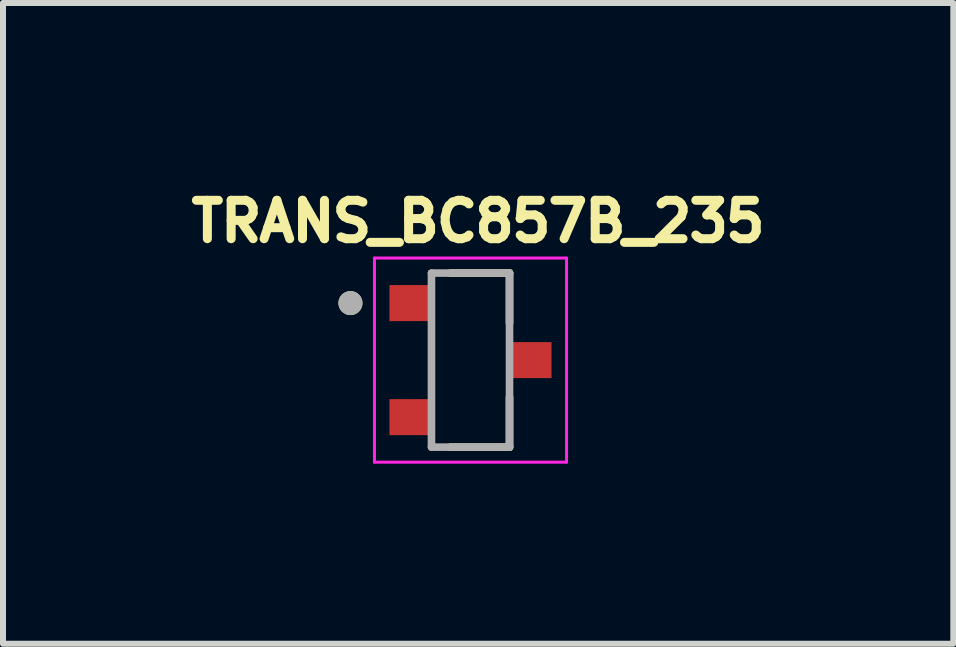
<source format=kicad_pcb>
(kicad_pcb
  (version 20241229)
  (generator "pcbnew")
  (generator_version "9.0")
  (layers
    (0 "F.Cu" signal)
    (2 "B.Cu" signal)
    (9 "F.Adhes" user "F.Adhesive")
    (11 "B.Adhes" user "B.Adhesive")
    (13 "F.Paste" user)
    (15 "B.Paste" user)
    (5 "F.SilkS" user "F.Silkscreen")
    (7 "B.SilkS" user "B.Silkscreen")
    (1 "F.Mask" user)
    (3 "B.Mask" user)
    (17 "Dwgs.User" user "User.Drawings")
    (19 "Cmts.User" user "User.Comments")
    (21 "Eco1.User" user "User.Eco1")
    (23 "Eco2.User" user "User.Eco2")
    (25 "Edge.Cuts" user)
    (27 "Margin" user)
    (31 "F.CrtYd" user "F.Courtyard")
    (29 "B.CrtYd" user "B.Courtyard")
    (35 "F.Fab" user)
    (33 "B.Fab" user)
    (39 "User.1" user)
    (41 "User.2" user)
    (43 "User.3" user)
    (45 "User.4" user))
  (footprint "TRANS_BC857B_235"
    (layer "F.Cu")
    (at 4.788 2.949)
    (property "Reference" "TRANS_BC857B_235" (at 0.127 -2.311 0) (layer "F.SilkS") (effects (font (size 0.64 0.64) (thickness 0.15))))
    (attr smd)
    (fp_poly (pts (xy -1.35 -1.25) (xy -0.65 -1.25) (xy -0.65 -0.65) (xy -1.35 -0.65)) (stroke (width 0.01) (type solid)) (fill yes) (layer "F.Mask"))
    (fp_poly (pts (xy -1.35 0.65) (xy -0.65 0.65) (xy -0.65 1.25) (xy -1.35 1.25)) (stroke (width 0.01) (type solid)) (fill yes) (layer "F.Mask"))
    (fp_poly (pts (xy 0.65 -0.3) (xy 1.35 -0.3) (xy 1.35 0.3) (xy 0.65 0.3)) (stroke (width 0.01) (type solid)) (fill yes) (layer "F.Mask"))
    (fp_line (start -0.337 -1.45) (end 0.65 -1.45) (stroke (width 0.127) (type solid)) (layer "F.SilkS"))
    (fp_line (start 0.65 -1.45) (end 0.65 -0.62) (stroke (width 0.127) (type solid)) (layer "F.SilkS"))
    (fp_line (start 0.65 0.62) (end 0.65 1.45) (stroke (width 0.127) (type solid)) (layer "F.SilkS"))
    (fp_line (start 0.65 1.45) (end -0.337 1.45) (stroke (width 0.127) (type solid)) (layer "F.SilkS"))
    (fp_circle (center -2 -0.95) (end -1.9 -0.95) (stroke (width 0.2) (type solid)) (fill no) (layer "F.SilkS"))
    (fp_poly (pts (xy -1.3 -1.2) (xy -0.7 -1.2) (xy -0.7 -0.7) (xy -1.3 -0.7)) (stroke (width 0.01) (type solid)) (fill yes) (layer "F.Paste"))
    (fp_poly (pts (xy -1.3 0.7) (xy -0.7 0.7) (xy -0.7 1.2) (xy -1.3 1.2)) (stroke (width 0.01) (type solid)) (fill yes) (layer "F.Paste"))
    (fp_poly (pts (xy 0.7 -0.25) (xy 1.3 -0.25) (xy 1.3 0.25) (xy 0.7 0.25)) (stroke (width 0.01) (type solid)) (fill yes) (layer "F.Paste"))
    (fp_line (start -1.6 -1.7) (end 1.6 -1.7) (stroke (width 0.05) (type solid)) (layer "F.CrtYd"))
    (fp_line (start -1.6 1.7) (end -1.6 -1.7) (stroke (width 0.05) (type solid)) (layer "F.CrtYd"))
    (fp_line (start 1.6 -1.7) (end 1.6 1.7) (stroke (width 0.05) (type solid)) (layer "F.CrtYd"))
    (fp_line (start 1.6 1.7) (end -1.6 1.7) (stroke (width 0.05) (type solid)) (layer "F.CrtYd"))
    (fp_line (start -0.65 -1.45) (end 0.65 -1.45) (stroke (width 0.127) (type solid)) (layer "F.Fab"))
    (fp_line (start -0.65 1.45) (end -0.65 -1.45) (stroke (width 0.127) (type solid)) (layer "F.Fab"))
    (fp_line (start 0.65 -1.45) (end 0.65 1.45) (stroke (width 0.127) (type solid)) (layer "F.Fab"))
    (fp_line (start 0.65 1.45) (end -0.65 1.45) (stroke (width 0.127) (type solid)) (layer "F.Fab"))
    (fp_circle (center -2 -0.95) (end -1.9 -0.95) (stroke (width 0.2) (type solid)) (fill no) (layer "F.Fab"))
    (pad "1" smd rect (at -1 -0.95) (size 0.7 0.6) (layers "F.Cu"))
    (pad "2" smd rect (at -1 0.95) (size 0.7 0.6) (layers "F.Cu"))
    (pad "3" smd rect (at 1 0) (size 0.7 0.6) (layers "F.Cu")))
  (gr_rect
    (start -3 -3)
    (end 12.831 7.674)
    (stroke (width 0.1) (type default))
    (fill no)
    (layer "Edge.Cuts")))
</source>
